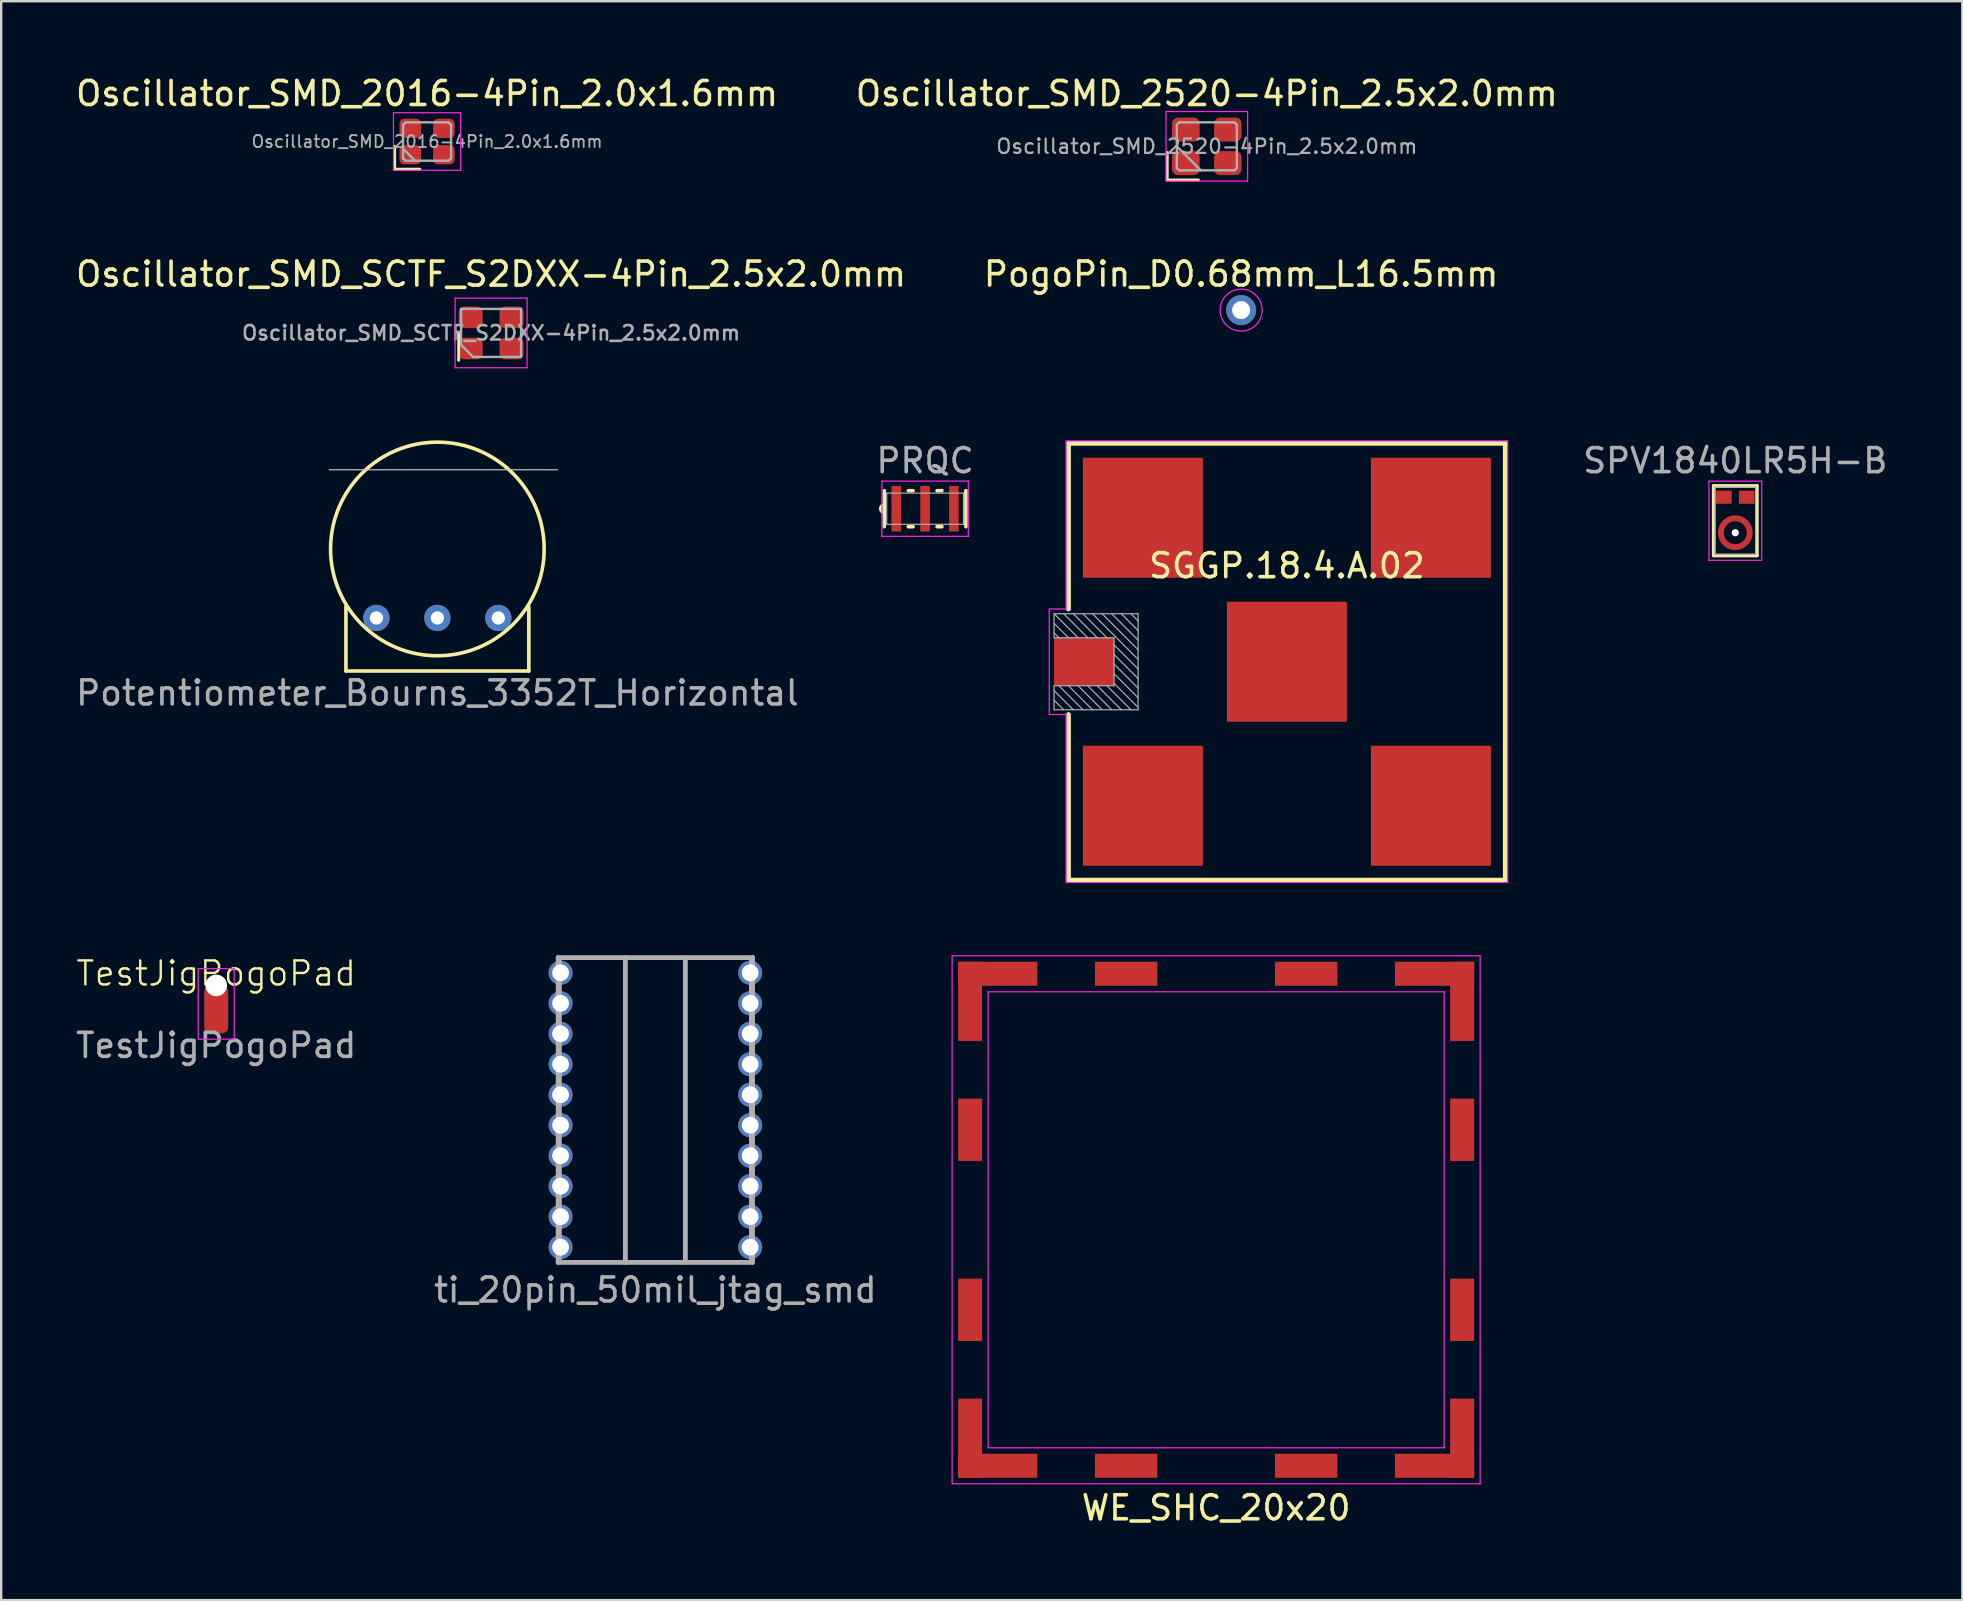
<source format=kicad_pcb>
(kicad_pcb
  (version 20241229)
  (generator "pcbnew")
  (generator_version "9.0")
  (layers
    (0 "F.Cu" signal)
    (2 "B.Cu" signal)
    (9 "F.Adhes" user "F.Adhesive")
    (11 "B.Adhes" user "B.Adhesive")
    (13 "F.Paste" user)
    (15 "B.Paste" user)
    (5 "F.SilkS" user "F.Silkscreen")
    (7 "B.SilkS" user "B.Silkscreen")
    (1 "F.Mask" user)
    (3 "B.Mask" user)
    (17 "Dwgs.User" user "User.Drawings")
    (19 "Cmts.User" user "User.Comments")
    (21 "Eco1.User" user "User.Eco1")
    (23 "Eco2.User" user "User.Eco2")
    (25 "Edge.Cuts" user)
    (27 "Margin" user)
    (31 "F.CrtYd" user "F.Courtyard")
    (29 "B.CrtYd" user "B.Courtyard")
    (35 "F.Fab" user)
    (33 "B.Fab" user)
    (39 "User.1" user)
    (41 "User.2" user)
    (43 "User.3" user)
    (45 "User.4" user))
  (footprint "Potentiometer_Bourns_3352T_Horizontal"
    (layer "F.Cu")
    (at 15.173 19.822)
    (property "Reference" "Potentiometer_Bourns_3352T_Horizontal" (at 0 6 0) (layer "F.Fab") (effects (font (size 1 1) (thickness 0.15))))
    (attr through_hole)
    (fp_line (start -3.81 5.085) (end -3.81 2.4) (stroke (width 0.15) (type solid)) (layer "F.SilkS"))
    (fp_line (start -3.81 5.085) (end 3.81 5.085) (stroke (width 0.15) (type solid)) (layer "F.SilkS"))
    (fp_line (start 3.81 5.085) (end 3.81 2.4) (stroke (width 0.15) (type solid)) (layer "F.SilkS"))
    (fp_circle (center 0 0) (end 0 -4.45) (stroke (width 0.15) (type solid)) (fill no) (layer "F.SilkS"))
    (fp_line (start 5 -3.3) (end -4.5 -3.3) (stroke (width 0.05) (type solid)) (layer "Dwgs.User"))
    (pad "1" thru_hole circle (at -2.54 2.875) (size 1.1 1.1) (drill 0.55) (layers "*.Cu" "*.Mask"))
    (pad "2" thru_hole circle (at 0 2.875) (size 1.1 1.1) (drill 0.55) (layers "*.Cu" "*.Mask"))
    (pad "3" thru_hole circle (at 2.54 2.875) (size 1.1 1.1) (drill 0.55) (layers "*.Cu" "*.Mask")))
  (footprint "SGGP.18.4.A.02"
    (layer "F.Cu")
    (at 50.568 24.521)
    (property "Reference" "SGGP.18.4.A.02" (at 0 -4 0) (layer "F.SilkS") (effects (font (size 1 1) (thickness 0.15))))
    (attr through_hole)
    (fp_line (start -9.1 -9.1) (end 9.1 -9.1) (stroke (width 0.2) (type solid)) (layer "F.SilkS"))
    (fp_line (start -9.1 -2.2) (end -9.1 -9.1) (stroke (width 0.2) (type solid)) (layer "F.SilkS"))
    (fp_line (start -9.1 9.1) (end -9.1 2.2) (stroke (width 0.2) (type solid)) (layer "F.SilkS"))
    (fp_line (start 9.1 -9.1) (end 9.1 9.1) (stroke (width 0.2) (type solid)) (layer "F.SilkS"))
    (fp_line (start 9.1 9.1) (end -9.1 9.1) (stroke (width 0.2) (type solid)) (layer "F.SilkS"))
    (fp_line (start -9.9 -2.2) (end -9.9 2.2) (stroke (width 0.05) (type solid)) (layer "F.CrtYd"))
    (fp_line (start -9.9 2.2) (end -9.2 2.2) (stroke (width 0.05) (type solid)) (layer "F.CrtYd"))
    (fp_line (start -9.2 -9.2) (end 9.2 -9.2) (stroke (width 0.05) (type solid)) (layer "F.CrtYd"))
    (fp_line (start -9.2 -2.2) (end -9.9 -2.2) (stroke (width 0.05) (type solid)) (layer "F.CrtYd"))
    (fp_line (start -9.2 -2.2) (end -9.2 -9.2) (stroke (width 0.05) (type solid)) (layer "F.CrtYd"))
    (fp_line (start -9.2 9.2) (end -9.2 2.2) (stroke (width 0.05) (type solid)) (layer "F.CrtYd"))
    (fp_line (start 9.2 -9.2) (end 9.2 9.2) (stroke (width 0.05) (type solid)) (layer "F.CrtYd"))
    (fp_line (start 9.2 9.2) (end -9.2 9.2) (stroke (width 0.05) (type solid)) (layer "F.CrtYd"))
    (fp_line (start -9.7 -2) (end -9.7 -1) (stroke (width 0.05) (type solid)) (layer "F.Fab"))
    (fp_line (start -9.7 -1.6) (end -9.1 -1) (stroke (width 0.05) (type solid)) (layer "F.Fab"))
    (fp_line (start -9.7 -1) (end -7.2 -1) (stroke (width 0.05) (type solid)) (layer "F.Fab"))
    (fp_line (start -9.7 1) (end -9.7 2) (stroke (width 0.05) (type solid)) (layer "F.Fab"))
    (fp_line (start -9.7 1.2) (end -8.9 2) (stroke (width 0.05) (type solid)) (layer "F.Fab"))
    (fp_line (start -9.7 1.6) (end -9.3 2) (stroke (width 0.05) (type solid)) (layer "F.Fab"))
    (fp_line (start -9.7 2) (end -6.2 2) (stroke (width 0.05) (type solid)) (layer "F.Fab"))
    (fp_line (start -9.5 -1) (end -9.7 -1.2) (stroke (width 0.05) (type solid)) (layer "F.Fab"))
    (fp_line (start -9.5 1) (end -8.5 2) (stroke (width 0.05) (type solid)) (layer "F.Fab"))
    (fp_line (start -9.3 -2) (end -8.3 -1) (stroke (width 0.05) (type solid)) (layer "F.Fab"))
    (fp_line (start -8.7 -1) (end -9.7 -2) (stroke (width 0.05) (type solid)) (layer "F.Fab"))
    (fp_line (start -8.7 1) (end -7.7 2) (stroke (width 0.05) (type solid)) (layer "F.Fab"))
    (fp_line (start -8.5 -2) (end -7.5 -1) (stroke (width 0.05) (type solid)) (layer "F.Fab"))
    (fp_line (start -8.1 2) (end -9.1 1) (stroke (width 0.05) (type solid)) (layer "F.Fab"))
    (fp_line (start -7.9 -1) (end -8.9 -2) (stroke (width 0.05) (type solid)) (layer "F.Fab"))
    (fp_line (start -7.9 1) (end -6.9 2) (stroke (width 0.05) (type solid)) (layer "F.Fab"))
    (fp_line (start -7.7 -2) (end -6.2 -0.5) (stroke (width 0.05) (type solid)) (layer "F.Fab"))
    (fp_line (start -7.3 2) (end -8.3 1) (stroke (width 0.05) (type solid)) (layer "F.Fab"))
    (fp_line (start -7.2 -1) (end -7.2 1) (stroke (width 0.05) (type solid)) (layer "F.Fab"))
    (fp_line (start -7.2 -0.7) (end -6.2 0.3) (stroke (width 0.05) (type solid)) (layer "F.Fab"))
    (fp_line (start -7.2 0.1) (end -6.2 1.1) (stroke (width 0.05) (type solid)) (layer "F.Fab"))
    (fp_line (start -7.2 0.9) (end -6.2 1.9) (stroke (width 0.05) (type solid)) (layer "F.Fab"))
    (fp_line (start -7.2 1) (end -9.7 1) (stroke (width 0.05) (type solid)) (layer "F.Fab"))
    (fp_line (start -6.9 -2) (end -6.2 -1.3) (stroke (width 0.05) (type solid)) (layer "F.Fab"))
    (fp_line (start -6.5 2) (end -7.5 1) (stroke (width 0.05) (type solid)) (layer "F.Fab"))
    (fp_line (start -6.2 -2) (end -9.7 -2) (stroke (width 0.05) (type solid)) (layer "F.Fab"))
    (fp_line (start -6.2 -1.7) (end -6.5 -2) (stroke (width 0.05) (type solid)) (layer "F.Fab"))
    (fp_line (start -6.2 -0.9) (end -7.3 -2) (stroke (width 0.05) (type solid)) (layer "F.Fab"))
    (fp_line (start -6.2 -0.1) (end -8.1 -2) (stroke (width 0.05) (type solid)) (layer "F.Fab"))
    (fp_line (start -6.2 0.7) (end -7.2 -0.3) (stroke (width 0.05) (type solid)) (layer "F.Fab"))
    (fp_line (start -6.2 1.5) (end -7.2 0.5) (stroke (width 0.05) (type solid)) (layer "F.Fab"))
    (fp_line (start -6.2 2) (end -6.2 -2) (stroke (width 0.05) (type solid)) (layer "F.Fab"))
    (pad "" smd rect (at -7.95 0) (size 3.3 3.8) (layers "F.Mask"))
    (pad "1" smd rect (at -8.45 0) (size 2.5 2) (layers "F.Cu" "F.Paste"))
    (pad "2" smd rect (at -6 -6) (size 5 5) (layers "F.Cu" "F.Mask" "F.Paste"))
    (pad "2" smd rect (at -6 6) (size 5 5) (layers "F.Cu" "F.Mask" "F.Paste"))
    (pad "2" smd rect (at 0 0) (size 5 5) (layers "F.Cu" "F.Mask" "F.Paste"))
    (pad "2" smd rect (at 6 -6) (size 5 5) (layers "F.Cu" "F.Mask" "F.Paste"))
    (pad "2" smd rect (at 6 6) (size 5 5) (layers "F.Cu" "F.Mask" "F.Paste")))
  (footprint "ti_20pin_50mil_jtag_smd"
    (layer "F.Cu")
    (at 24.256 43.197)
    (property "Reference" "ti_20pin_50mil_jtag_smd" (at 0 7.5 0) (layer "F.Fab") (effects (font (size 1 1) (thickness 0.15))))
    (attr through_hole)
    (fp_line (start -4.05 -6.35) (end -4.05 6.35) (stroke (width 0.2) (type solid)) (layer "F.Fab"))
    (fp_line (start -4.05 -6.35) (end 4.05 -6.35) (stroke (width 0.2) (type solid)) (layer "F.Fab"))
    (fp_line (start -3.95 6.35) (end -3.95 -6.35) (stroke (width 0.1) (type solid)) (layer "F.Fab"))
    (fp_line (start -1.25 6.35) (end -1.25 -6.35) (stroke (width 0.2) (type solid)) (layer "F.Fab"))
    (fp_line (start 1.25 -6.35) (end 1.25 6.35) (stroke (width 0.2) (type solid)) (layer "F.Fab"))
    (fp_line (start 3.95 -6.35) (end 3.95 6.35) (stroke (width 0.1) (type solid)) (layer "F.Fab"))
    (fp_line (start 4.05 6.35) (end -4.05 6.35) (stroke (width 0.2) (type solid)) (layer "F.Fab"))
    (fp_line (start 4.05 6.35) (end 4.05 -6.35) (stroke (width 0.2) (type solid)) (layer "F.Fab"))
    (pad "1" thru_hole circle (at -3.95 -5.715) (size 1 1) (drill 0.7) (layers "*.Cu" "*.Mask"))
    (pad "2" thru_hole circle (at 3.95 -5.715) (size 1 1) (drill 0.7) (layers "*.Cu" "*.Mask"))
    (pad "3" thru_hole circle (at -3.95 -4.445) (size 1 1) (drill 0.7) (layers "*.Cu" "*.Mask"))
    (pad "4" thru_hole circle (at 3.95 -4.445) (size 1 1) (drill 0.7) (layers "*.Cu" "*.Mask"))
    (pad "5" thru_hole circle (at -3.95 -3.175) (size 1 1) (drill 0.7) (layers "*.Cu" "*.Mask"))
    (pad "6" thru_hole circle (at 3.95 -3.175) (size 1 1) (drill 0.7) (layers "*.Cu" "*.Mask"))
    (pad "7" thru_hole circle (at -3.95 -1.905) (size 1 1) (drill 0.7) (layers "*.Cu" "*.Mask"))
    (pad "8" thru_hole circle (at 3.95 -1.905) (size 1 1) (drill 0.7) (layers "*.Cu" "*.Mask"))
    (pad "9" thru_hole circle (at -3.95 -0.635) (size 1 1) (drill 0.7) (layers "*.Cu" "*.Mask"))
    (pad "10" thru_hole circle (at 3.95 -0.635) (size 1 1) (drill 0.7) (layers "*.Cu" "*.Mask"))
    (pad "11" thru_hole circle (at -3.95 0.635) (size 1 1) (drill 0.7) (layers "*.Cu" "*.Mask"))
    (pad "12" thru_hole circle (at 3.95 0.635) (size 1 1) (drill 0.7) (layers "*.Cu" "*.Mask"))
    (pad "13" thru_hole circle (at -3.95 1.905) (size 1 1) (drill 0.7) (layers "*.Cu" "*.Mask"))
    (pad "14" thru_hole circle (at 3.95 1.905) (size 1 1) (drill 0.7) (layers "*.Cu" "*.Mask"))
    (pad "15" thru_hole circle (at -3.95 3.175) (size 1 1) (drill 0.7) (layers "*.Cu" "*.Mask"))
    (pad "16" thru_hole circle (at 3.95 3.175) (size 1 1) (drill 0.7) (layers "*.Cu" "*.Mask"))
    (pad "17" thru_hole circle (at -3.95 4.445) (size 1 1) (drill 0.7) (layers "*.Cu" "*.Mask"))
    (pad "18" thru_hole circle (at 3.95 4.445) (size 1 1) (drill 0.7) (layers "*.Cu" "*.Mask"))
    (pad "19" thru_hole circle (at -3.95 5.715) (size 1 1) (drill 0.7) (layers "*.Cu" "*.Mask"))
    (pad "20" thru_hole circle (at 3.95 5.715) (size 1 1) (drill 0.7) (layers "*.Cu" "*.Mask")))
  (footprint "PRQC"
    (layer "F.Cu")
    (at 35.494 18.145)
    (property "Reference" "PRQC" (at 0 -2 0) (layer "F.Fab") (effects (font (size 1 1) (thickness 0.15))))
    (attr through_hole)
    (fp_line (start -1.7 -0.75) (end -1.7 0.75) (stroke (width 0.15) (type solid)) (layer "F.SilkS"))
    (fp_line (start -0.7 -0.75) (end -0.5 -0.75) (stroke (width 0.15) (type solid)) (layer "F.SilkS"))
    (fp_line (start -0.5 0.75) (end -0.7 0.75) (stroke (width 0.15) (type solid)) (layer "F.SilkS"))
    (fp_line (start 0.5 -0.75) (end 0.7 -0.75) (stroke (width 0.15) (type solid)) (layer "F.SilkS"))
    (fp_line (start 0.7 0.75) (end 0.5 0.75) (stroke (width 0.15) (type solid)) (layer "F.SilkS"))
    (fp_line (start 1.7 -0.75) (end 1.7 0.75) (stroke (width 0.15) (type solid)) (layer "F.SilkS"))
    (fp_arc (start -1.7 0.15) (mid -1.85 0) (end -1.7 -0.15) (stroke (width 0.15) (type solid)) (layer "F.SilkS"))
    (fp_line (start -1.8 -1.15) (end 1.8 -1.15) (stroke (width 0.05) (type solid)) (layer "F.CrtYd"))
    (fp_line (start -1.8 1.15) (end -1.8 -1.15) (stroke (width 0.05) (type solid)) (layer "F.CrtYd"))
    (fp_line (start 1.8 -1.15) (end 1.8 1.15) (stroke (width 0.05) (type solid)) (layer "F.CrtYd"))
    (fp_line (start 1.8 1.15) (end -1.8 1.15) (stroke (width 0.05) (type solid)) (layer "F.CrtYd"))
    (fp_line (start -1.6 -0.65) (end 1.6 -0.65) (stroke (width 0.05) (type solid)) (layer "F.Fab"))
    (fp_line (start -1.6 0.65) (end -1.6 -0.65) (stroke (width 0.05) (type solid)) (layer "F.Fab"))
    (fp_line (start 1.6 -0.65) (end 1.6 0.65) (stroke (width 0.05) (type solid)) (layer "F.Fab"))
    (fp_line (start 1.6 0.65) (end -1.6 0.65) (stroke (width 0.05) (type solid)) (layer "F.Fab"))
    (pad "1" smd rect (at -1.2 0) (size 0.4 1.9) (layers "F.Cu" "F.Mask" "F.Paste"))
    (pad "2" smd rect (at 0 0) (size 0.4 1.9) (layers "F.Cu" "F.Mask" "F.Paste"))
    (pad "3" smd rect (at 1.2 0) (size 0.4 1.9) (layers "F.Cu" "F.Mask" "F.Paste")))
  (footprint "Oscillator_SMD_2520-4Pin_2.5x2.0mm"
    (layer "F.Cu")
    (at 47.232 3.048)
    (property "Reference" "Oscillator_SMD_2520-4Pin_2.5x2.0mm" (at 0 -2.2 0) (layer "F.SilkS") (effects (font (size 1 1) (thickness 0.15))))
    (attr smd)
    (fp_line (start -1.65 0.25) (end -1.65 1.4) (stroke (width 0.12) (type solid)) (layer "F.SilkS"))
    (fp_line (start -1.65 1.4) (end -0.35 1.4) (stroke (width 0.12) (type solid)) (layer "F.SilkS"))
    (fp_line (start -1.7 -1.45) (end -1.7 1.45) (stroke (width 0.05) (type solid)) (layer "F.CrtYd"))
    (fp_line (start -1.7 1.45) (end 1.7 1.45) (stroke (width 0.05) (type solid)) (layer "F.CrtYd"))
    (fp_line (start 1.7 -1.45) (end -1.7 -1.45) (stroke (width 0.05) (type solid)) (layer "F.CrtYd"))
    (fp_line (start 1.7 1.45) (end 1.7 -1.45) (stroke (width 0.05) (type solid)) (layer "F.CrtYd"))
    (fp_line (start -1.25 -0.9) (end -1.15 -1) (stroke (width 0.1) (type solid)) (layer "F.Fab"))
    (fp_line (start -1.25 0) (end -0.25 1) (stroke (width 0.1) (type solid)) (layer "F.Fab"))
    (fp_line (start -1.25 0.9) (end -1.25 -0.9) (stroke (width 0.1) (type solid)) (layer "F.Fab"))
    (fp_line (start -1.15 -1) (end 1.15 -1) (stroke (width 0.1) (type solid)) (layer "F.Fab"))
    (fp_line (start -1.15 1) (end -1.25 0.9) (stroke (width 0.1) (type solid)) (layer "F.Fab"))
    (fp_line (start 1.15 -1) (end 1.25 -0.9) (stroke (width 0.1) (type solid)) (layer "F.Fab"))
    (fp_line (start 1.15 1) (end -1.15 1) (stroke (width 0.1) (type solid)) (layer "F.Fab"))
    (fp_line (start 1.25 -0.9) (end 1.25 0.9) (stroke (width 0.1) (type solid)) (layer "F.Fab"))
    (fp_line (start 1.25 0.9) (end 1.15 1) (stroke (width 0.1) (type solid)) (layer "F.Fab"))
    (fp_text user "${REFERENCE}" (at 0 0 0) (layer "F.Fab") (effects (font (size 0.6 0.6) (thickness 0.09))))
    (pad "1" smd roundrect (at -0.875 0.7) (size 1.15 1) (layers "F.Cu" "F.Mask" "F.Paste") (roundrect_rratio 0.25))
    (pad "2" smd roundrect (at 0.875 0.7) (size 1.15 1) (layers "F.Cu" "F.Mask" "F.Paste") (roundrect_rratio 0.25))
    (pad "3" smd roundrect (at 0.875 -0.7) (size 1.15 1) (layers "F.Cu" "F.Mask" "F.Paste") (roundrect_rratio 0.25))
    (pad "4" smd roundrect (at -0.875 -0.7) (size 1.15 1) (layers "F.Cu" "F.Mask" "F.Paste") (roundrect_rratio 0.25)))
  (footprint "SPV1840LR5H-B"
    (layer "F.Cu")
    (at 69.251 19.145)
    (property "Reference" "SPV1840LR5H-B" (at 0 -3 0) (layer "F.Fab") (effects (font (size 1 1) (thickness 0.15))))
    (attr through_hole)
    (fp_line (start -0.9 -1.95) (end -0.9 0.95) (stroke (width 0.15) (type solid)) (layer "F.SilkS"))
    (fp_line (start -0.9 0.95) (end 0.9 0.95) (stroke (width 0.15) (type solid)) (layer "F.SilkS"))
    (fp_line (start 0.9 -1.95) (end -0.9 -1.95) (stroke (width 0.15) (type solid)) (layer "F.SilkS"))
    (fp_line (start 0.9 0.95) (end 0.9 -1.95) (stroke (width 0.15) (type solid)) (layer "F.SilkS"))
    (fp_arc (start -0.537401 -0.268701) (mid -0.393667 -0.453902) (end -0.19 -0.57) (stroke (width 0.25) (type solid)) (layer "F.Paste"))
    (fp_arc (start -0.19 0.57) (mid -0.393666 0.453902) (end -0.537401 0.268701) (stroke (width 0.25) (type solid)) (layer "F.Paste"))
    (fp_arc (start 0.19 -0.57) (mid 0.393666 -0.453902) (end 0.537401 -0.268701) (stroke (width 0.25) (type solid)) (layer "F.Paste"))
    (fp_arc (start 0.537401 0.268701) (mid 0.393667 0.453902) (end 0.19 0.57) (stroke (width 0.25) (type solid)) (layer "F.Paste"))
    (fp_line (start -1.1 -2.15) (end 1.1 -2.15) (stroke (width 0.05) (type solid)) (layer "F.CrtYd"))
    (fp_line (start -1.1 1.15) (end -1.1 -2.15) (stroke (width 0.05) (type solid)) (layer "F.CrtYd"))
    (fp_line (start 1.1 -2.15) (end 1.1 1.15) (stroke (width 0.05) (type solid)) (layer "F.CrtYd"))
    (fp_line (start 1.1 1.15) (end -1.1 1.15) (stroke (width 0.05) (type solid)) (layer "F.CrtYd"))
    (fp_line (start -0.85 -1.9) (end -0.85 0.9) (stroke (width 0.05) (type solid)) (layer "F.Fab"))
    (fp_line (start -0.85 0.9) (end 0.85 0.9) (stroke (width 0.05) (type solid)) (layer "F.Fab"))
    (fp_line (start 0.85 -1.9) (end -0.85 -1.9) (stroke (width 0.05) (type solid)) (layer "F.Fab"))
    (fp_line (start 0.85 0.9) (end 0.85 -1.9) (stroke (width 0.05) (type solid)) (layer "F.Fab"))
    (pad "" np_thru_hole circle (at 0 0) (size 0.3 0.3) (drill 0.3) (layers "*.Cu" "*.Mask"))
    (pad "1" smd rect (at 0.475 -1.478) (size 0.65 0.545) (layers "F.Cu" "F.Mask" "F.Paste"))
    (pad "2" smd rect (at -0.475 -1.478) (size 0.65 0.545) (layers "F.Cu" "F.Mask" "F.Paste"))
    (pad "3" smd custom (at 0 -0.6) (size 0.25 0.25) (layers "F.Cu" "F.Mask") (options (anchor circle)) (primitives (gr_circle (center 0 0.6) (end 0.6 0.6) (width 0.25) (fill no)))))
  (footprint "WE_SHC_20x20"
    (layer "F.Cu")
    (at 47.62 47.772)
    (property "Reference" "WE_SHC_20x20" (at 0 12 0) (layer "F.SilkS") (effects (font (size 1 1) (thickness 0.15))))
    (attr through_hole)
    (fp_line (start -11 -11) (end 11 -11) (stroke (width 0.05) (type solid)) (layer "F.CrtYd"))
    (fp_line (start -11 11) (end -11 -11) (stroke (width 0.05) (type solid)) (layer "F.CrtYd"))
    (fp_line (start -9.5 -9.5) (end 9.5 -9.5) (stroke (width 0.05) (type solid)) (layer "F.CrtYd"))
    (fp_line (start -9.5 9.5) (end -9.5 -9.5) (stroke (width 0.05) (type solid)) (layer "F.CrtYd"))
    (fp_line (start 9.5 -9.5) (end 9.5 9.5) (stroke (width 0.05) (type solid)) (layer "F.CrtYd"))
    (fp_line (start 9.5 9.5) (end -9.5 9.5) (stroke (width 0.05) (type solid)) (layer "F.CrtYd"))
    (fp_line (start 11 -11) (end 11 11) (stroke (width 0.05) (type solid)) (layer "F.CrtYd"))
    (fp_line (start 11 11) (end -11 11) (stroke (width 0.05) (type solid)) (layer "F.CrtYd"))
    (pad "1" smd rect (at -10.25 -9.1 90) (size 3.3 1) (layers "F.Cu" "F.Mask" "F.Paste"))
    (pad "1" smd rect (at -10.25 -3.75 90) (size 2.6 1) (layers "F.Cu" "F.Mask" "F.Paste"))
    (pad "1" smd rect (at -10.25 3.75 90) (size 2.6 1) (layers "F.Cu" "F.Mask" "F.Paste"))
    (pad "1" smd rect (at -10.25 9.1 90) (size 3.3 1) (layers "F.Cu" "F.Mask" "F.Paste"))
    (pad "1" smd rect (at -9.1 -10.25) (size 3.3 1) (layers "F.Cu" "F.Mask" "F.Paste"))
    (pad "1" smd rect (at -9.1 10.25 180) (size 3.3 1) (layers "F.Cu" "F.Mask" "F.Paste"))
    (pad "1" smd rect (at -3.75 -10.25) (size 2.6 1) (layers "F.Cu" "F.Mask" "F.Paste"))
    (pad "1" smd rect (at -3.75 10.25) (size 2.6 1) (layers "F.Cu" "F.Mask" "F.Paste"))
    (pad "1" smd rect (at 3.75 -10.25) (size 2.6 1) (layers "F.Cu" "F.Mask" "F.Paste"))
    (pad "1" smd rect (at 3.75 10.25) (size 2.6 1) (layers "F.Cu" "F.Mask" "F.Paste"))
    (pad "1" smd rect (at 9.1 -10.25) (size 3.3 1) (layers "F.Cu" "F.Mask" "F.Paste"))
    (pad "1" smd rect (at 9.1 10.25 180) (size 3.3 1) (layers "F.Cu" "F.Mask" "F.Paste"))
    (pad "1" smd rect (at 10.25 -9.1 270) (size 3.3 1) (layers "F.Cu" "F.Mask" "F.Paste"))
    (pad "1" smd rect (at 10.25 -3.75 90) (size 2.6 1) (layers "F.Cu" "F.Mask" "F.Paste"))
    (pad "1" smd rect (at 10.25 3.75 90) (size 2.6 1) (layers "F.Cu" "F.Mask" "F.Paste"))
    (pad "1" smd rect (at 10.25 9.1 270) (size 3.3 1) (layers "F.Cu" "F.Mask" "F.Paste")))
  (footprint "Oscillator_SMD_SCTF_S2DXX-4Pin_2.5x2.0mm"
    (layer "F.Cu")
    (at 17.411 10.822)
    (property "Reference" "Oscillator_SMD_SCTF_S2DXX-4Pin_2.5x2.0mm" (at 0 -2.45 0) (layer "F.SilkS") (effects (font (size 1 1) (thickness 0.15))))
    (attr smd)
    (fp_line (start -1.35 0) (end -1.35 1.14) (stroke (width 0.12) (type solid)) (layer "F.SilkS"))
    (fp_line (start -1.5 -1.45) (end -1.5 1.45) (stroke (width 0.05) (type solid)) (layer "F.CrtYd"))
    (fp_line (start -1.5 1.45) (end 1.5 1.45) (stroke (width 0.05) (type solid)) (layer "F.CrtYd"))
    (fp_line (start 1.5 -1.45) (end -1.5 -1.45) (stroke (width 0.05) (type solid)) (layer "F.CrtYd"))
    (fp_line (start 1.5 1.45) (end 1.5 -1.45) (stroke (width 0.05) (type solid)) (layer "F.CrtYd"))
    (fp_line (start -1.25 -1) (end 1.25 -1) (stroke (width 0.1) (type solid)) (layer "F.Fab"))
    (fp_line (start -1.25 0.5) (end -1.25 -1) (stroke (width 0.1) (type solid)) (layer "F.Fab"))
    (fp_line (start -1.25 0.5) (end -0.75 1) (stroke (width 0.1) (type solid)) (layer "F.Fab"))
    (fp_line (start 1.25 -1) (end 1.25 1) (stroke (width 0.1) (type solid)) (layer "F.Fab"))
    (fp_line (start 1.25 1) (end -0.75 1) (stroke (width 0.1) (type solid)) (layer "F.Fab"))
    (fp_text user "${REFERENCE}" (at 0 0 0) (layer "F.Fab") (effects (font (size 0.6 0.6) (thickness 0.105))))
    (pad "1" smd roundrect (at -0.85 0.65) (size 1 0.9) (layers "F.Cu" "F.Mask" "F.Paste") (roundrect_rratio 0.25))
    (pad "2" smd roundrect (at 0.85 0.65) (size 1 0.9) (layers "F.Cu" "F.Mask" "F.Paste") (roundrect_rratio 0.25))
    (pad "3" smd roundrect (at 0.85 -0.65) (size 1 0.9) (layers "F.Cu" "F.Mask" "F.Paste") (roundrect_rratio 0.25))
    (pad "4" smd roundrect (at -0.85 -0.65) (size 1 0.9) (layers "F.Cu" "F.Mask" "F.Paste") (roundrect_rratio 0.25)))
  (footprint "Oscillator_SMD_2016-4Pin_2.0x1.6mm"
    (layer "F.Cu")
    (at 14.744 2.848)
    (property "Reference" "Oscillator_SMD_2016-4Pin_2.0x1.6mm" (at 0 -2 0) (layer "F.SilkS") (effects (font (size 1 1) (thickness 0.15))))
    (attr smd)
    (fp_line (start -1.35 0.2) (end -1.35 1.15) (stroke (width 0.12) (type solid)) (layer "F.SilkS"))
    (fp_line (start -1.35 1.15) (end -0.3 1.15) (stroke (width 0.12) (type solid)) (layer "F.SilkS"))
    (fp_line (start -1.4 -1.2) (end -1.4 1.2) (stroke (width 0.05) (type solid)) (layer "F.CrtYd"))
    (fp_line (start -1.4 1.2) (end 1.4 1.2) (stroke (width 0.05) (type solid)) (layer "F.CrtYd"))
    (fp_line (start 1.4 -1.2) (end -1.4 -1.2) (stroke (width 0.05) (type solid)) (layer "F.CrtYd"))
    (fp_line (start 1.4 1.2) (end 1.4 -1.2) (stroke (width 0.05) (type solid)) (layer "F.CrtYd"))
    (fp_line (start -1 -0.7) (end -0.9 -0.8) (stroke (width 0.1) (type solid)) (layer "F.Fab"))
    (fp_line (start -1 0.3) (end -0.5 0.8) (stroke (width 0.1) (type solid)) (layer "F.Fab"))
    (fp_line (start -1 0.7) (end -1 -0.7) (stroke (width 0.1) (type solid)) (layer "F.Fab"))
    (fp_line (start -0.9 -0.8) (end 0.9 -0.8) (stroke (width 0.1) (type solid)) (layer "F.Fab"))
    (fp_line (start -0.9 0.8) (end -1 0.7) (stroke (width 0.1) (type solid)) (layer "F.Fab"))
    (fp_line (start 0.9 -0.8) (end 1 -0.7) (stroke (width 0.1) (type solid)) (layer "F.Fab"))
    (fp_line (start 0.9 0.8) (end -0.9 0.8) (stroke (width 0.1) (type solid)) (layer "F.Fab"))
    (fp_line (start 1 -0.7) (end 1 0.7) (stroke (width 0.1) (type solid)) (layer "F.Fab"))
    (fp_line (start 1 0.7) (end 0.9 0.8) (stroke (width 0.1) (type solid)) (layer "F.Fab"))
    (fp_text user "${REFERENCE}" (at 0 0 0) (layer "F.Fab") (effects (font (size 0.5 0.5) (thickness 0.075))))
    (pad "1" smd roundrect (at -0.7 0.55) (size 0.9 0.8) (layers "F.Cu" "F.Mask" "F.Paste") (roundrect_rratio 0.25))
    (pad "2" smd roundrect (at 0.7 0.55) (size 0.9 0.8) (layers "F.Cu" "F.Mask" "F.Paste") (roundrect_rratio 0.25))
    (pad "3" smd roundrect (at 0.7 -0.55) (size 0.9 0.8) (layers "F.Cu" "F.Mask" "F.Paste") (roundrect_rratio 0.25))
    (pad "4" smd roundrect (at -0.7 -0.55) (size 0.9 0.8) (layers "F.Cu" "F.Mask" "F.Paste") (roundrect_rratio 0.25)))
  (footprint "TestJigPogoPad"
    (layer "F.Cu")
    (at 5.958 38.007)
    (property "Reference" "TestJigPogoPad" (at 0 -0.5 0) (unlocked yes) (layer "F.SilkS") (effects (font (size 1 1) (thickness 0.1))))
    (attr smd)
    (fp_rect (start -0.75 -0.7) (end 0.75 2.24) (stroke (width 0.05) (type default)) (fill no) (layer "F.CrtYd"))
    (fp_text user "${REFERENCE}" (at 0 2.5 0) (unlocked yes) (layer "F.Fab") (effects (font (size 1 1) (thickness 0.15))))
    (pad "" np_thru_hole circle (at 0 0) (size 0.9 0.9) (drill 0.9) (layers "*.Cu" "*.Mask"))
    (pad "1" smd roundrect (at 0 1) (size 1 2) (layers "F.Cu" "F.Mask" "F.Paste") (roundrect_rratio 0.25)))
  (footprint "PogoPin_D0.68mm_L16.5mm"
    (layer "F.Cu")
    (at 48.661 9.871)
    (property "Reference" "PogoPin_D0.68mm_L16.5mm" (at 0 -1.5 0) (unlocked yes) (layer "F.SilkS") (effects (font (size 1 1) (thickness 0.15))))
    (attr through_hole)
    (fp_circle (center 0 0) (end 0.875 0) (stroke (width 0.05) (type solid)) (fill no) (layer "F.CrtYd"))
    (pad "1" thru_hole circle (at 0 0) (size 1.25 1.25) (drill 0.75) (layers "*.Cu" "*.Mask")))
  (gr_rect
    (start -3 -3)
    (end 78.71 63.62)
    (stroke (width 0.1) (type default))
    (fill no)
    (layer "Edge.Cuts")))
</source>
